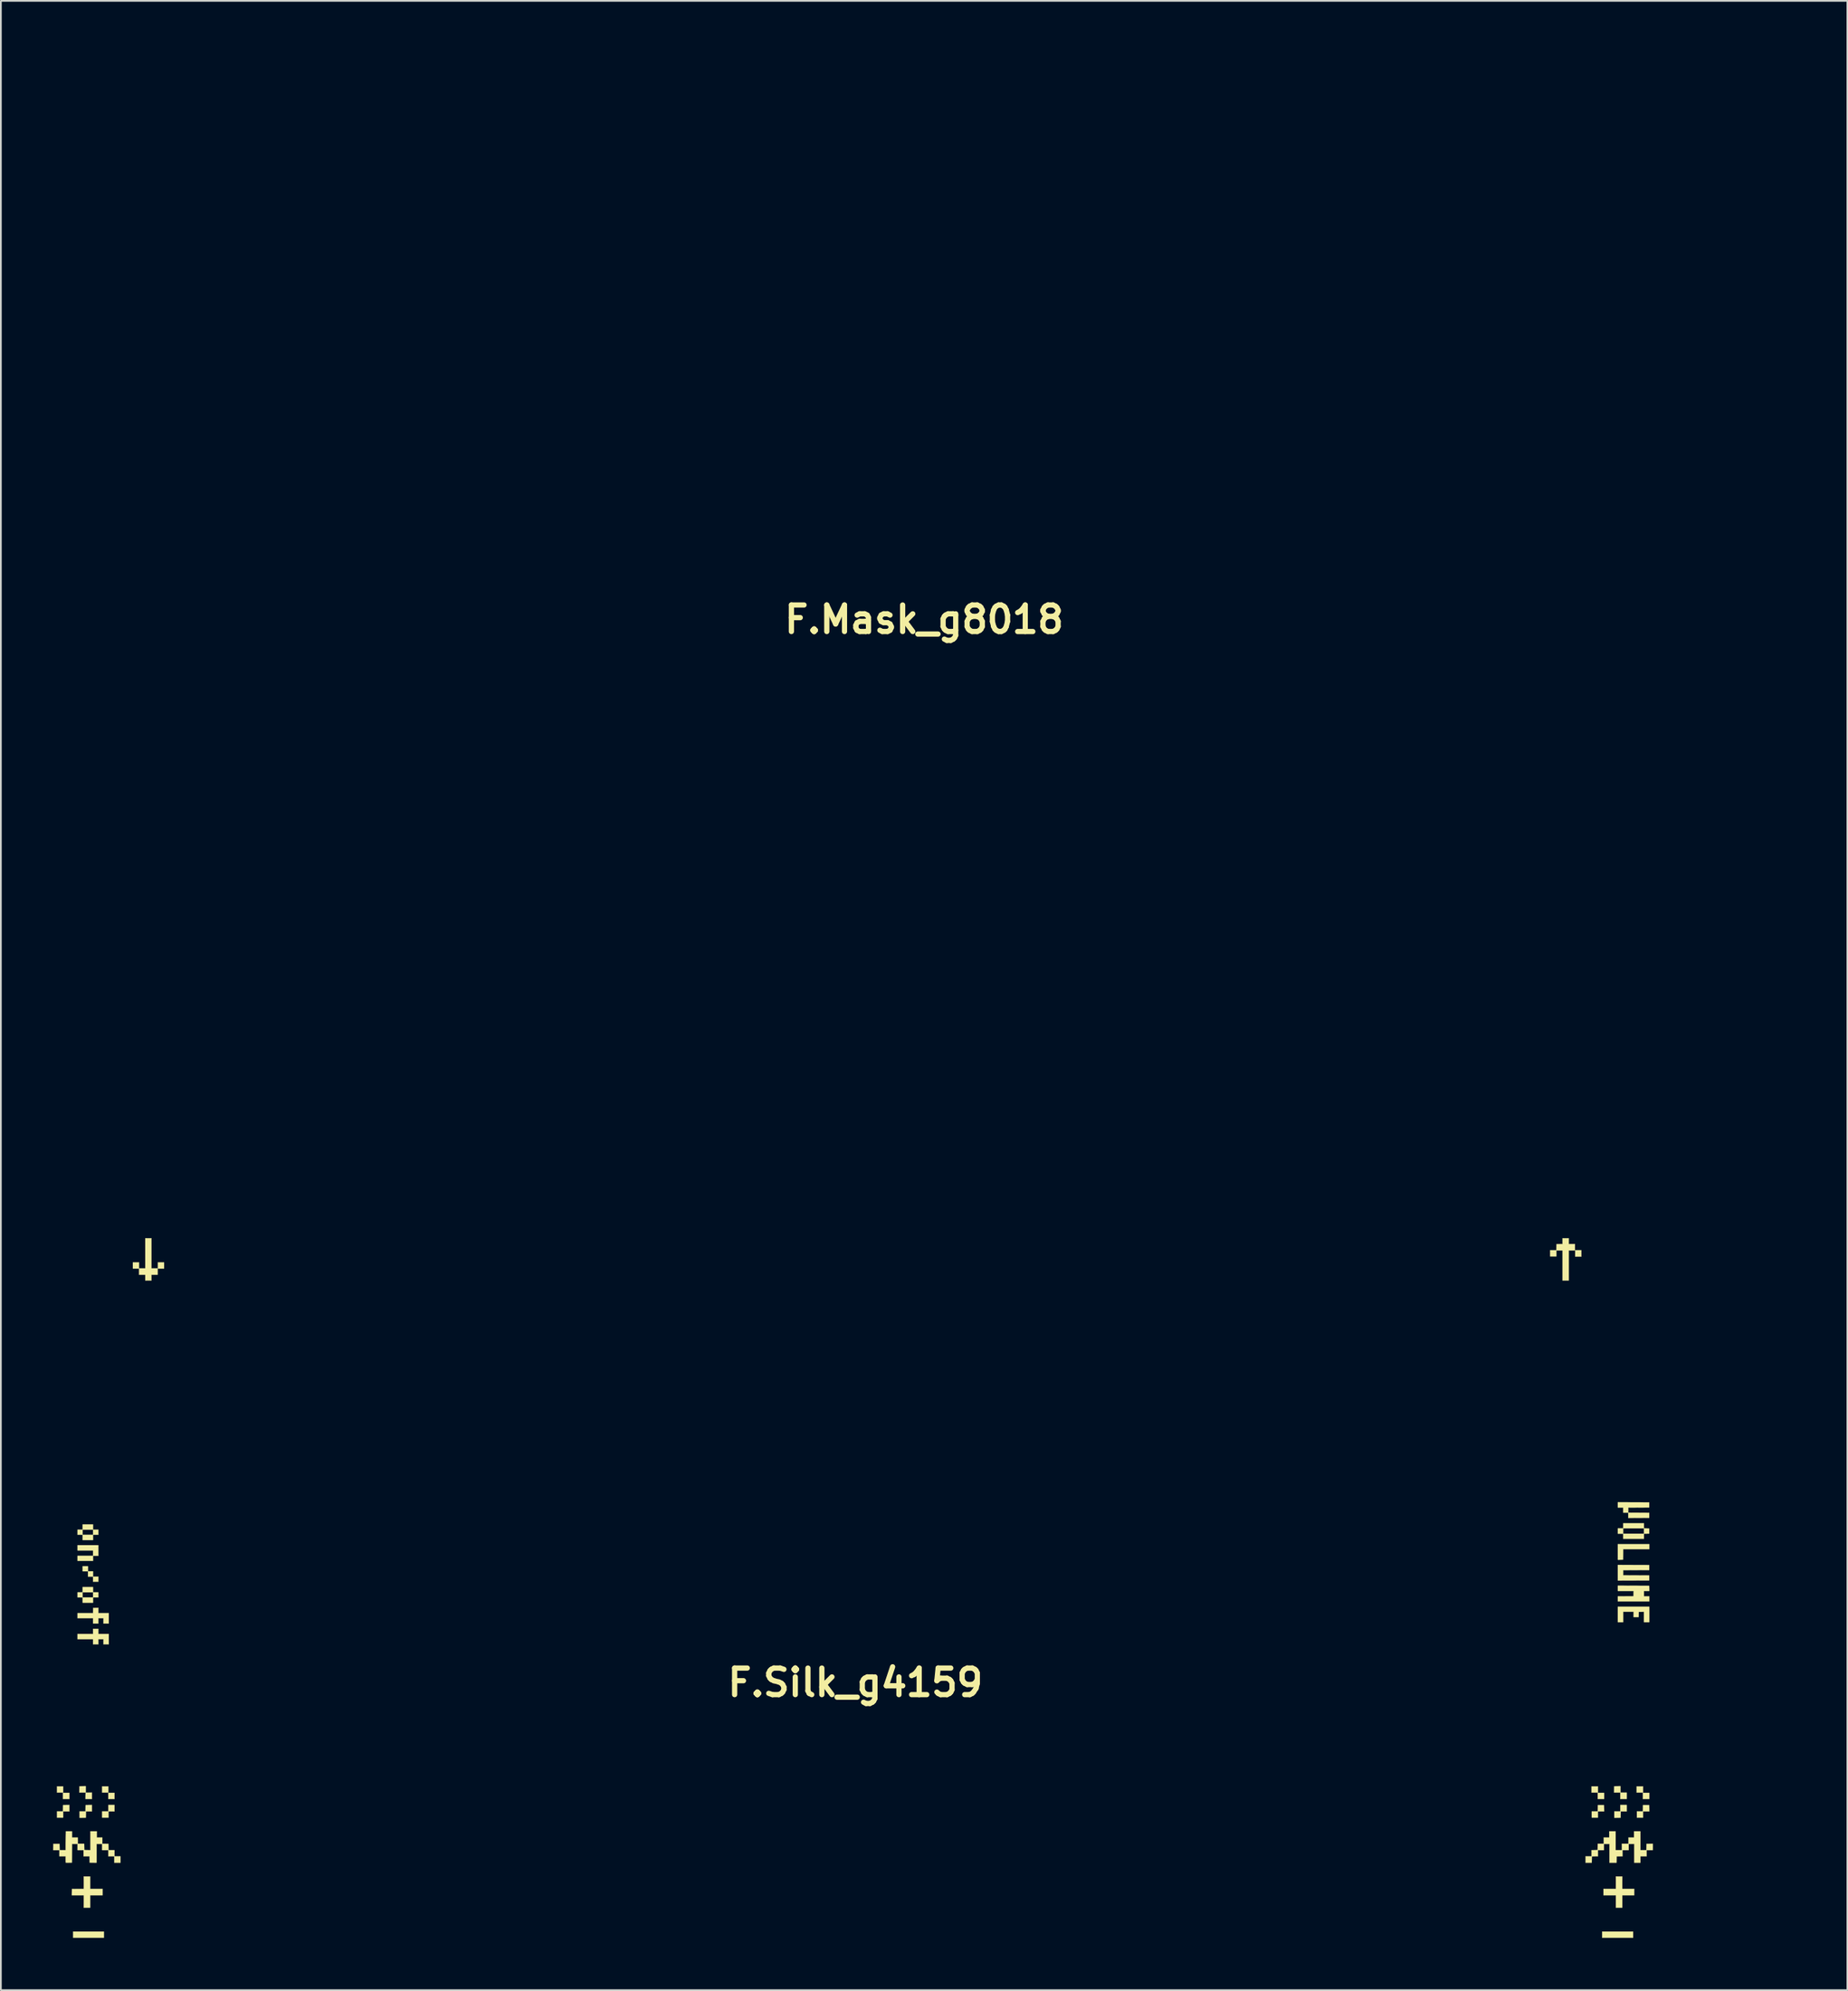
<source format=kicad_pcb>
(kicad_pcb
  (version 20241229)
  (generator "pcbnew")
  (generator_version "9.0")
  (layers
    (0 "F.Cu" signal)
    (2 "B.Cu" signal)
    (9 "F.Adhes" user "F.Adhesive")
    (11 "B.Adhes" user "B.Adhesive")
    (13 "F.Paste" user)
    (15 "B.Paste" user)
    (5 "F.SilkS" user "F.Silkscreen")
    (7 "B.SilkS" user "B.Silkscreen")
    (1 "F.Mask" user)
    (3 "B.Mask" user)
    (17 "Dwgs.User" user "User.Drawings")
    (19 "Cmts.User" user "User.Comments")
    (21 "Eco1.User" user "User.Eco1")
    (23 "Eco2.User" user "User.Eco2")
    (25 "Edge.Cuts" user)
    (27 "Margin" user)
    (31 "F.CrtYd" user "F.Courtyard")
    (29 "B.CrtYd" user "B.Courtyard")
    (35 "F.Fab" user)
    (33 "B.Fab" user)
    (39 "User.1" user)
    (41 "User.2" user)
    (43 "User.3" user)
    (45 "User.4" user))
  (footprint "F.Silk_g4159"
    (layer "F.Cu")
    (at 46.056 93.515)
    (property "Reference" "F.Silk_g4159" (at 0 0 0) (layer "F.SilkS") (effects (font (size 1.524 1.524) (thickness 0.3))))
    (attr through_hole)
    (fp_poly (pts (xy -45.479 6.312) (xy -45.834 6.312) (xy -45.834 5.956) (xy -45.479 5.956) (xy -45.479 6.312)) (stroke (width 0.01) (type solid)) (fill yes) (layer "F.SilkS"))
    (fp_poly (pts (xy -45.123 6.68) (xy -45.491 6.68) (xy -45.491 6.325) (xy -45.123 6.325) (xy -45.123 6.68)) (stroke (width 0.01) (type solid)) (fill yes) (layer "F.SilkS"))
    (fp_poly (pts (xy -44.183 6.312) (xy -44.552 6.312) (xy -44.545 5.95) (xy -44.183 5.943) (xy -44.183 6.312)) (stroke (width 0.01) (type solid)) (fill yes) (layer "F.SilkS"))
    (fp_poly (pts (xy -44.056 -6.388) (xy -44.361 -6.388) (xy -44.361 -6.68) (xy -44.056 -6.68) (xy -44.056 -6.388)) (stroke (width 0.01) (type solid)) (fill yes) (layer "F.SilkS"))
    (fp_poly (pts (xy -43.828 6.68) (xy -44.197 6.68) (xy -44.19 6.318) (xy -43.828 6.311) (xy -43.828 6.68)) (stroke (width 0.01) (type solid)) (fill yes) (layer "F.SilkS"))
    (fp_poly (pts (xy -43.764 -6.985) (xy -44.653 -6.985) (xy -44.653 -7.277) (xy -43.764 -7.277) (xy -43.764 -6.985)) (stroke (width 0.01) (type solid)) (fill yes) (layer "F.SilkS"))
    (fp_poly (pts (xy -43.764 -6.083) (xy -44.056 -6.083) (xy -44.056 -6.388) (xy -43.764 -6.388) (xy -43.764 -6.083)) (stroke (width 0.01) (type solid)) (fill yes) (layer "F.SilkS"))
    (fp_poly (pts (xy -43.459 -5.791) (xy -43.764 -5.791) (xy -43.764 -6.083) (xy -43.459 -6.083) (xy -43.459 -5.791)) (stroke (width 0.01) (type solid)) (fill yes) (layer "F.SilkS"))
    (fp_poly (pts (xy -43.142 14.643) (xy -44.907 14.643) (xy -44.907 14.287) (xy -43.142 14.287) (xy -43.142 14.643)) (stroke (width 0.01) (type solid)) (fill yes) (layer "F.SilkS"))
    (fp_poly (pts (xy -42.888 6.312) (xy -43.243 6.312) (xy -43.243 5.956) (xy -42.888 5.956) (xy -42.888 6.312)) (stroke (width 0.01) (type solid)) (fill yes) (layer "F.SilkS"))
    (fp_poly (pts (xy -42.532 6.68) (xy -42.888 6.68) (xy -42.888 6.325) (xy -42.532 6.325) (xy -42.532 6.68)) (stroke (width 0.01) (type solid)) (fill yes) (layer "F.SilkS"))
    (fp_poly (pts (xy -39.688 -23.762) (xy -40.043 -23.762) (xy -40.043 -24.117) (xy -39.688 -24.117) (xy -39.688 -23.762)) (stroke (width 0.01) (type solid)) (fill yes) (layer "F.SilkS"))
    (fp_poly (pts (xy 41.681 -24.448) (xy 41.326 -24.448) (xy 41.326 -24.816) (xy 41.681 -24.816) (xy 41.681 -24.448)) (stroke (width 0.01) (type solid)) (fill yes) (layer "F.SilkS"))
    (fp_poly (pts (xy 42.634 6.312) (xy 42.266 6.312) (xy 42.266 5.956) (xy 42.634 5.956) (xy 42.634 6.312)) (stroke (width 0.01) (type solid)) (fill yes) (layer "F.SilkS"))
    (fp_poly (pts (xy 42.989 6.68) (xy 42.621 6.68) (xy 42.621 6.325) (xy 42.989 6.325) (xy 42.989 6.68)) (stroke (width 0.01) (type solid)) (fill yes) (layer "F.SilkS"))
    (fp_poly (pts (xy 44.653 14.643) (xy 42.875 14.643) (xy 42.875 14.287) (xy 44.653 14.287) (xy 44.653 14.643)) (stroke (width 0.01) (type solid)) (fill yes) (layer "F.SilkS"))
    (fp_poly (pts (xy 45.225 6.312) (xy 44.856 6.312) (xy 44.856 5.956) (xy 45.225 5.956) (xy 45.225 6.312)) (stroke (width 0.01) (type solid)) (fill yes) (layer "F.SilkS"))
    (fp_poly (pts (xy 45.58 6.68) (xy 45.212 6.68) (xy 45.212 6.325) (xy 45.58 6.325) (xy 45.58 6.68)) (stroke (width 0.01) (type solid)) (fill yes) (layer "F.SilkS"))
    (fp_poly (pts (xy -43.459 -7.277) (xy -43.764 -7.277) (xy -43.764 -7.582) (xy -44.653 -7.582) (xy -44.653 -7.887) (xy -43.459 -7.887) (xy -43.459 -7.277)) (stroke (width 0.01) (type solid)) (fill yes) (layer "F.SilkS"))
    (fp_poly (pts (xy 45.58 -7.658) (xy 44.082 -7.658) (xy 44.079 -7.356) (xy 44.075 -7.055) (xy 43.777 -7.048) (xy 43.777 -7.95) (xy 45.58 -7.95) (xy 45.58 -7.658)) (stroke (width 0.01) (type solid)) (fill yes) (layer "F.SilkS"))
    (fp_poly (pts (xy -45.123 7.391) (xy -45.479 7.391) (xy -45.479 7.747) (xy -45.834 7.747) (xy -45.834 7.391) (xy -45.492 7.391) (xy -45.485 7.029) (xy -45.123 7.022) (xy -45.123 7.391)) (stroke (width 0.01) (type solid)) (fill yes) (layer "F.SilkS"))
    (fp_poly (pts (xy -42.532 7.391) (xy -42.875 7.391) (xy -42.875 7.747) (xy -43.243 7.747) (xy -43.243 7.391) (xy -42.888 7.391) (xy -42.888 7.023) (xy -42.532 7.023) (xy -42.532 7.391)) (stroke (width 0.01) (type solid)) (fill yes) (layer "F.SilkS"))
    (fp_poly (pts (xy 43.929 6.312) (xy 44.285 6.312) (xy 44.285 6.68) (xy 43.917 6.68) (xy 43.917 6.312) (xy 43.56 6.312) (xy 43.567 5.95) (xy 43.929 5.943) (xy 43.929 6.312)) (stroke (width 0.01) (type solid)) (fill yes) (layer "F.SilkS"))
    (fp_poly (pts (xy 42.987 7.21) (xy 42.99 7.391) (xy 42.634 7.391) (xy 42.634 7.747) (xy 42.278 7.747) (xy 42.278 7.391) (xy 42.621 7.391) (xy 42.628 7.029) (xy 42.983 7.029) (xy 42.987 7.21)) (stroke (width 0.01) (type solid)) (fill yes) (layer "F.SilkS"))
    (fp_poly (pts (xy 45.577 7.21) (xy 45.581 7.391) (xy 45.225 7.391) (xy 45.225 7.747) (xy 44.869 7.747) (xy 44.869 7.391) (xy 45.211 7.391) (xy 45.218 7.029) (xy 45.574 7.029) (xy 45.577 7.21)) (stroke (width 0.01) (type solid)) (fill yes) (layer "F.SilkS"))
    (fp_poly (pts (xy -43.828 7.391) (xy -44.17 7.391) (xy -44.173 7.572) (xy -44.177 7.753) (xy -44.358 7.757) (xy -44.539 7.76) (xy -44.539 7.391) (xy -44.197 7.391) (xy -44.19 7.029) (xy -43.828 7.022) (xy -43.828 7.391)) (stroke (width 0.01) (type solid)) (fill yes) (layer "F.SilkS"))
    (fp_poly (pts (xy 44.285 7.391) (xy 43.943 7.391) (xy 43.939 7.572) (xy 43.936 7.753) (xy 43.755 7.757) (xy 43.574 7.76) (xy 43.574 7.391) (xy 43.917 7.391) (xy 43.917 7.023) (xy 44.285 7.023) (xy 44.285 7.391)) (stroke (width 0.01) (type solid)) (fill yes) (layer "F.SilkS"))
    (fp_poly (pts (xy 44.675 -6.753) (xy 45.574 -6.75) (xy 45.574 -6.458) (xy 44.828 -6.455) (xy 44.082 -6.451) (xy 44.082 -6.16) (xy 45.574 -6.153) (xy 45.574 -5.861) (xy 43.777 -5.855) (xy 43.777 -6.757) (xy 44.675 -6.753)) (stroke (width 0.01) (type solid)) (fill yes) (layer "F.SilkS"))
    (fp_poly (pts (xy 44.675 -5.56) (xy 45.574 -5.556) (xy 45.581 -5.258) (xy 45.276 -5.258) (xy 45.276 -4.953) (xy 45.58 -4.953) (xy 45.58 -4.661) (xy 43.777 -4.661) (xy 43.777 -4.953) (xy 44.672 -4.959) (xy 44.679 -5.258) (xy 43.777 -5.258) (xy 43.777 -5.563) (xy 44.675 -5.56)) (stroke (width 0.01) (type solid)) (fill yes) (layer "F.SilkS"))
    (fp_poly (pts (xy -43.459 -2.794) (xy -42.862 -2.794) (xy -42.862 -2.197) (xy -43.167 -2.197) (xy -43.167 -2.489) (xy -43.459 -2.489) (xy -43.459 -2.197) (xy -43.764 -2.197) (xy -43.764 -2.489) (xy -44.653 -2.489) (xy -44.653 -2.794) (xy -43.764 -2.794) (xy -43.764 -3.086) (xy -43.459 -3.086) (xy -43.459 -2.794)) (stroke (width 0.01) (type solid)) (fill yes) (layer "F.SilkS"))
    (fp_poly (pts (xy 44.675 -10.347) (xy 45.574 -10.344) (xy 45.574 -10.052) (xy 44.374 -10.045) (xy 44.374 -9.754) (xy 44.974 -9.751) (xy 45.574 -9.747) (xy 45.574 -9.455) (xy 44.374 -9.449) (xy 44.374 -9.754) (xy 44.082 -9.754) (xy 44.082 -10.046) (xy 43.777 -10.046) (xy 43.777 -10.351) (xy 44.675 -10.347)) (stroke (width 0.01) (type solid)) (fill yes) (layer "F.SilkS"))
    (fp_poly (pts (xy 45.58 -3.467) (xy 45.276 -3.467) (xy 45.276 -4.065) (xy 45.126 -4.061) (xy 44.977 -4.058) (xy 44.973 -3.908) (xy 44.97 -3.759) (xy 44.679 -3.759) (xy 44.679 -4.064) (xy 44.082 -4.064) (xy 44.082 -3.467) (xy 43.777 -3.467) (xy 43.777 -4.356) (xy 45.58 -4.356) (xy 45.58 -3.467)) (stroke (width 0.01) (type solid)) (fill yes) (layer "F.SilkS"))
    (fp_poly (pts (xy -43.459 -8.776) (xy -43.459 -8.484) (xy -43.764 -8.484) (xy -43.764 -8.179) (xy -44.361 -8.179) (xy -44.361 -8.484) (xy -44.653 -8.484) (xy -44.653 -8.776) (xy -44.361 -8.776) (xy -44.361 -8.484) (xy -43.764 -8.484) (xy -43.764 -8.776) (xy -44.361 -8.776) (xy -44.361 -9.081) (xy -43.764 -9.081) (xy -43.764 -8.776) (xy -43.459 -8.776)) (stroke (width 0.01) (type solid)) (fill yes) (layer "F.SilkS"))
    (fp_poly (pts (xy -43.459 -5.182) (xy -43.459 -4.889) (xy -43.764 -4.889) (xy -43.764 -4.585) (xy -44.361 -4.585) (xy -44.361 -4.889) (xy -44.653 -4.889) (xy -44.653 -5.182) (xy -44.361 -5.182) (xy -44.361 -4.889) (xy -43.764 -4.889) (xy -43.764 -5.182) (xy -44.361 -5.182) (xy -44.361 -5.486) (xy -43.764 -5.486) (xy -43.764 -5.182) (xy -43.459 -5.182)) (stroke (width 0.01) (type solid)) (fill yes) (layer "F.SilkS"))
    (fp_poly (pts (xy -43.459 -3.988) (xy -42.862 -3.988) (xy -42.862 -3.391) (xy -43.167 -3.391) (xy -43.167 -3.696) (xy -43.459 -3.696) (xy -43.459 -3.391) (xy -43.764 -3.391) (xy -43.764 -3.696) (xy -44.653 -3.696) (xy -44.653 -3.988) (xy -43.765 -3.988) (xy -43.761 -4.137) (xy -43.758 -4.286) (xy -43.609 -4.29) (xy -43.459 -4.293) (xy -43.459 -3.988)) (stroke (width 0.01) (type solid)) (fill yes) (layer "F.SilkS"))
    (fp_poly (pts (xy -40.411 -23.774) (xy -40.056 -23.774) (xy -40.056 -23.406) (xy -40.411 -23.406) (xy -40.411 -23.076) (xy -40.767 -23.076) (xy -40.767 -23.406) (xy -41.123 -23.406) (xy -41.123 -23.762) (xy -41.478 -23.762) (xy -41.478 -24.117) (xy -41.123 -24.117) (xy -41.123 -23.774) (xy -40.767 -23.774) (xy -40.767 -25.502) (xy -40.411 -25.502) (xy -40.411 -23.774)) (stroke (width 0.01) (type solid)) (fill yes) (layer "F.SilkS"))
    (fp_poly (pts (xy 45.276 -8.853) (xy 45.425 -8.849) (xy 45.574 -8.846) (xy 45.574 -8.553) (xy 45.276 -8.546) (xy 45.276 -8.255) (xy 44.082 -8.255) (xy 44.082 -8.547) (xy 43.777 -8.547) (xy 43.777 -8.852) (xy 44.082 -8.852) (xy 44.082 -8.547) (xy 45.276 -8.547) (xy 45.276 -8.852) (xy 44.082 -8.852) (xy 44.082 -9.144) (xy 45.276 -9.144) (xy 45.276 -8.853)) (stroke (width 0.01) (type solid)) (fill yes) (layer "F.SilkS"))
    (fp_poly (pts (xy 40.958 -25.171) (xy 41.313 -25.171) (xy 41.313 -24.803) (xy 40.958 -24.803) (xy 40.958 -23.076) (xy 40.602 -23.076) (xy 40.602 -24.803) (xy 40.246 -24.803) (xy 40.246 -24.46) (xy 39.891 -24.46) (xy 39.891 -24.816) (xy 40.246 -24.816) (xy 40.249 -24.99) (xy 40.253 -25.165) (xy 40.427 -25.169) (xy 40.602 -25.172) (xy 40.602 -25.502) (xy 40.958 -25.502) (xy 40.958 -25.171)) (stroke (width 0.01) (type solid)) (fill yes) (layer "F.SilkS"))
    (fp_poly (pts (xy 44.031 11.306) (xy 44.03 11.393) (xy 44.03 11.491) (xy 44.03 11.587) (xy 44.03 11.662) (xy 44.031 11.836) (xy 44.717 11.836) (xy 44.717 12.205) (xy 44.031 12.205) (xy 44.031 12.916) (xy 43.663 12.916) (xy 43.663 12.205) (xy 42.951 12.205) (xy 42.951 11.836) (xy 43.663 11.836) (xy 43.663 11.662) (xy 43.663 11.577) (xy 43.663 11.48) (xy 43.663 11.382) (xy 43.663 11.306) (xy 43.661 11.125) (xy 44.032 11.125) (xy 44.031 11.306)) (stroke (width 0.01) (type solid)) (fill yes) (layer "F.SilkS"))
    (fp_poly (pts (xy -43.929 11.836) (xy -43.218 11.836) (xy -43.218 12.205) (xy -43.929 12.205) (xy -43.929 12.916) (xy -44.299 12.916) (xy -44.298 12.735) (xy -44.297 12.648) (xy -44.297 12.55) (xy -44.297 12.454) (xy -44.297 12.379) (xy -44.298 12.205) (xy -44.984 12.205) (xy -44.977 11.843) (xy -44.637 11.839) (xy -44.298 11.836) (xy -44.297 11.662) (xy -44.297 11.577) (xy -44.297 11.48) (xy -44.297 11.382) (xy -44.298 11.306) (xy -44.299 11.125) (xy -43.929 11.125) (xy -43.929 11.836)) (stroke (width 0.01) (type solid)) (fill yes) (layer "F.SilkS"))
    (fp_poly (pts (xy 43.65 9.614) (xy 44.005 9.614) (xy 44.005 9.246) (xy 44.386 9.246) (xy 44.386 8.89) (xy 44.704 8.89) (xy 44.704 8.534) (xy 45.072 8.534) (xy 45.072 9.614) (xy 45.415 9.614) (xy 45.422 9.252) (xy 45.783 9.245) (xy 45.783 9.614) (xy 45.428 9.614) (xy 45.428 9.97) (xy 45.072 9.97) (xy 45.072 10.338) (xy 44.717 10.338) (xy 44.716 10.157) (xy 44.716 10.094) (xy 44.716 10.011) (xy 44.716 9.914) (xy 44.716 9.81) (xy 44.716 9.703) (xy 44.716 9.617) (xy 44.717 9.258) (xy 44.399 9.258) (xy 44.399 9.614) (xy 44.044 9.614) (xy 44.044 9.969) (xy 43.707 9.976) (xy 43.7 10.338) (xy 43.294 10.338) (xy 43.294 9.258) (xy 42.977 9.258) (xy 42.977 9.614) (xy 42.634 9.614) (xy 42.634 9.969) (xy 42.459 9.972) (xy 42.285 9.976) (xy 42.278 10.338) (xy 41.923 10.338) (xy 41.923 9.97) (xy 42.266 9.97) (xy 42.266 9.615) (xy 42.615 9.608) (xy 42.618 9.427) (xy 42.622 9.246) (xy 42.964 9.246) (xy 42.964 8.89) (xy 43.282 8.89) (xy 43.282 8.534) (xy 43.65 8.534) (xy 43.65 9.614)) (stroke (width 0.01) (type solid)) (fill yes) (layer "F.SilkS"))
    (fp_poly (pts (xy -44.971 8.89) (xy -44.641 8.89) (xy -44.641 9.246) (xy -44.273 9.246) (xy -44.266 9.608) (xy -43.917 9.615) (xy -43.917 8.534) (xy -43.548 8.534) (xy -43.548 8.89) (xy -43.231 8.89) (xy -43.231 9.245) (xy -43.056 9.248) (xy -42.882 9.252) (xy -42.878 9.433) (xy -42.875 9.614) (xy -42.532 9.614) (xy -42.532 9.97) (xy -42.189 9.97) (xy -42.189 10.338) (xy -42.545 10.338) (xy -42.545 9.97) (xy -42.888 9.97) (xy -42.888 9.614) (xy -43.243 9.614) (xy -43.243 9.258) (xy -43.561 9.258) (xy -43.561 9.798) (xy -43.561 10.338) (xy -43.761 10.335) (xy -43.961 10.331) (xy -43.968 9.97) (xy -44.31 9.97) (xy -44.31 9.614) (xy -44.653 9.614) (xy -44.653 9.258) (xy -44.97 9.258) (xy -44.974 9.795) (xy -44.977 10.331) (xy -45.149 10.335) (xy -45.213 10.336) (xy -45.267 10.335) (xy -45.308 10.333) (xy -45.329 10.331) (xy -45.33 10.33) (xy -45.333 10.314) (xy -45.336 10.279) (xy -45.338 10.227) (xy -45.339 10.165) (xy -45.339 10.145) (xy -45.339 9.97) (xy -45.695 9.97) (xy -45.695 9.614) (xy -46.051 9.614) (xy -46.044 9.252) (xy -45.688 9.252) (xy -45.685 9.433) (xy -45.681 9.614) (xy -45.339 9.614) (xy -45.339 9.343) (xy -45.339 9.238) (xy -45.337 9.118) (xy -45.335 8.995) (xy -45.333 8.879) (xy -45.331 8.803) (xy -45.322 8.534) (xy -44.971 8.534) (xy -44.971 8.89)) (stroke (width 0.01) (type solid)) (fill yes) (layer "F.SilkS")))
  (footprint "F.Mask_g8018"
    (layer "F.Cu")
    (at 50.005 32.504)
    (property "Reference" "F.Mask_g8018" (at 0 0 0) (layer "F.SilkS") (effects (font (size 1.524 1.524) (thickness 0.3))))
    (attr through_hole)
    (fp_poly (pts (xy 50 32.499) (xy -50 32.499) (xy -50 -32.499) (xy 50 -32.499) (xy 50 32.499)) (stroke (width 0.01) (type solid)) (fill yes) (layer "F.Mask")))
  (gr_rect
    (start -3 -3)
    (end 103.01 111.163)
    (stroke (width 0.1) (type default))
    (fill no)
    (layer "Edge.Cuts")))
</source>
